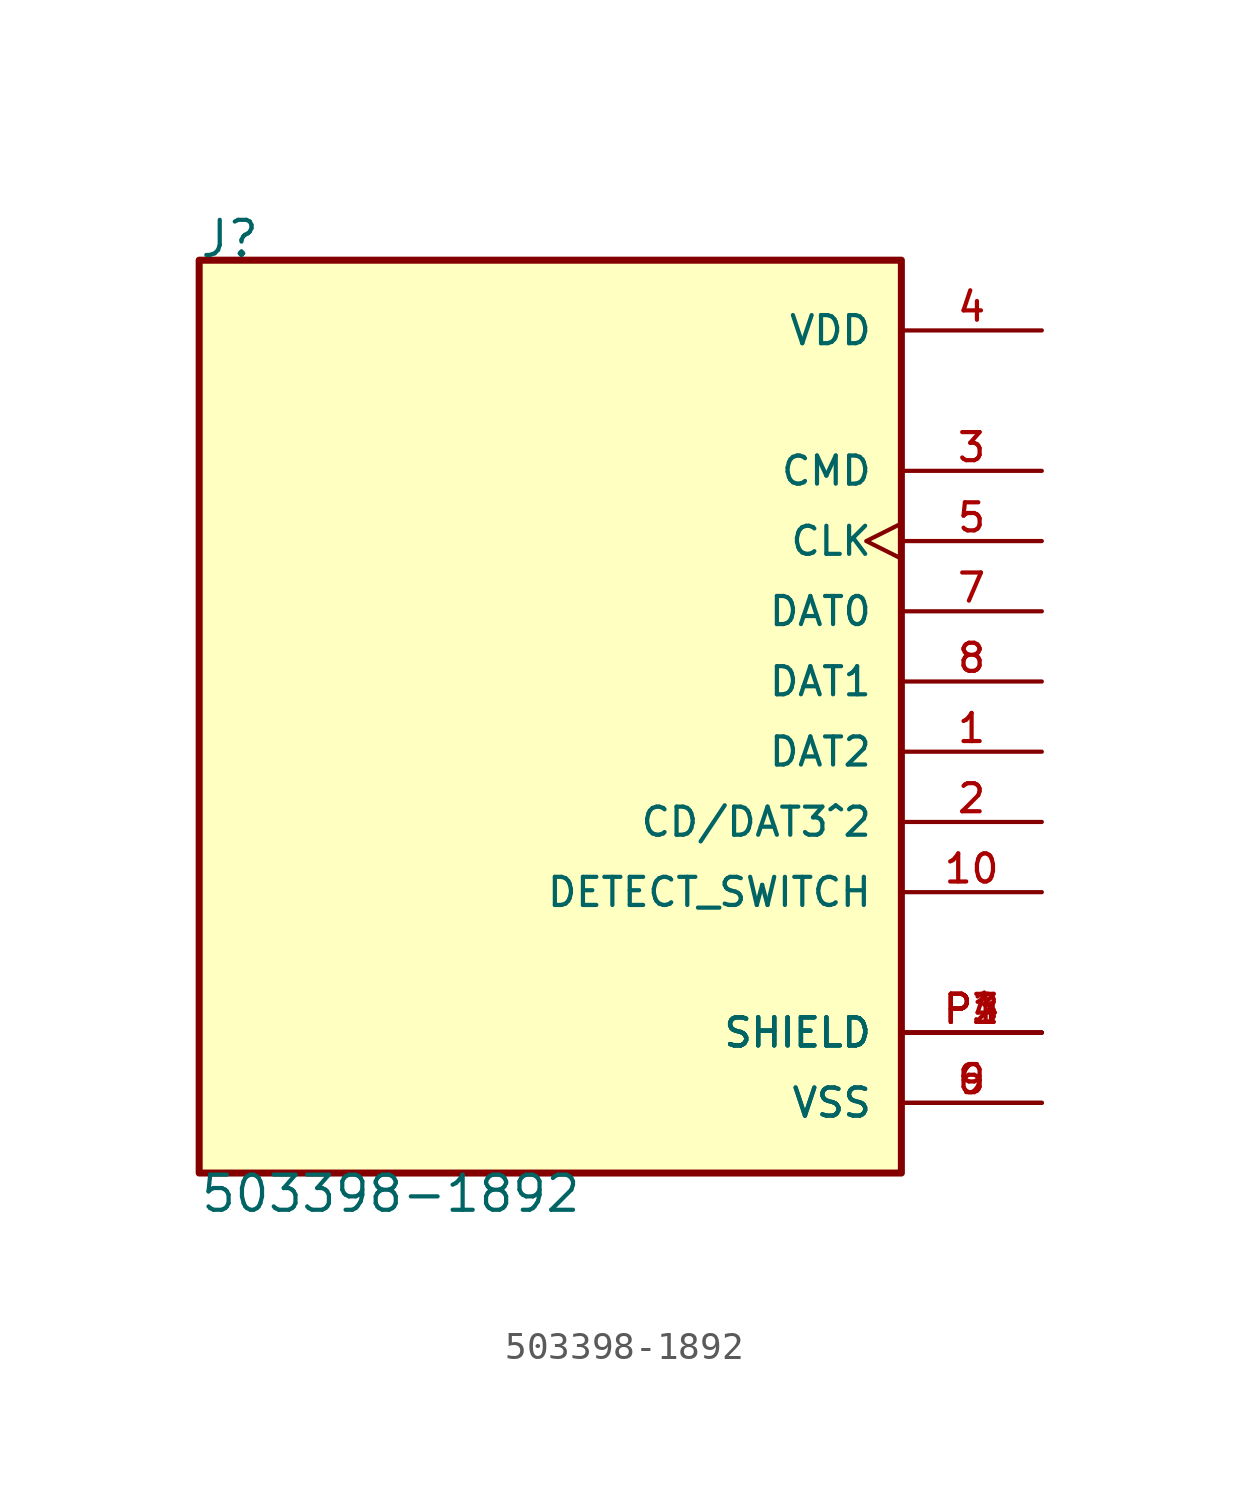
<source format=kicad_sym>
(kicad_symbol_lib
  (version 20231120)
  (generator "kicad_symbol_editor")
  (generator_version "8.0")
  (symbol "503398-1892"
    (pin_names
      (offset 1.016))
    (property "Reference" "J"
      (at -12.722 15.266 0)
      (effects (font (size 1.27 1.27)) (justify left bottom)))
    (property "Value" "503398-1892"
      (at -12.704 -17.786 0)
      (effects (font (size 1.27 1.27)) (justify left top)))
    (symbol "503398-1892_0_0"
      (rectangle (start -12.7 15.24) (end 12.7 -17.78) (stroke (width 0.254) (type default)) (fill (type background)))
      (pin passive line (at 17.78 -2.54 180) (length 5.08) (name "DAT2" (effects (font (size 1.016 1.016)))) (number "1" (effects (font (size 1.016 1.016)))))
      (pin passive line (at 17.78 -7.62 180) (length 5.08) (name "DETECT_SWITCH" (effects (font (size 1.016 1.016)))) (number "10" (effects (font (size 1.016 1.016)))))
      (pin passive line (at 17.78 -5.08 180) (length 5.08) (name "CD/DAT3^2" (effects (font (size 1.016 1.016)))) (number "2" (effects (font (size 1.016 1.016)))))
      (pin passive line (at 17.78 7.62 180) (length 5.08) (name "CMD" (effects (font (size 1.016 1.016)))) (number "3" (effects (font (size 1.016 1.016)))))
      (pin power_in line (at 17.78 12.7 180) (length 5.08) (name "VDD" (effects (font (size 1.016 1.016)))) (number "4" (effects (font (size 1.016 1.016)))))
      (pin passive clock (at 17.78 5.08 180) (length 5.08) (name "CLK" (effects (font (size 1.016 1.016)))) (number "5" (effects (font (size 1.016 1.016)))))
      (pin power_in line (at 17.78 -15.24 180) (length 5.08) (name "VSS" (effects (font (size 1.016 1.016)))) (number "6" (effects (font (size 1.016 1.016)))))
      (pin passive line (at 17.78 2.54 180) (length 5.08) (name "DAT0" (effects (font (size 1.016 1.016)))) (number "7" (effects (font (size 1.016 1.016)))))
      (pin passive line (at 17.78 0 180) (length 5.08) (name "DAT1" (effects (font (size 1.016 1.016)))) (number "8" (effects (font (size 1.016 1.016)))))
      (pin power_in line (at 17.78 -15.24 180) (length 5.08) (name "VSS" (effects (font (size 1.016 1.016)))) (number "9" (effects (font (size 1.016 1.016)))))
      (pin passive line (at 17.78 -12.7 180) (length 5.08) (name "SHIELD" (effects (font (size 1.016 1.016)))) (number "P1" (effects (font (size 1.016 1.016)))))
      (pin passive line (at 17.78 -12.7 180) (length 5.08) (name "SHIELD" (effects (font (size 1.016 1.016)))) (number "P2" (effects (font (size 1.016 1.016)))))
      (pin passive line (at 17.78 -12.7 180) (length 5.08) (name "SHIELD" (effects (font (size 1.016 1.016)))) (number "P3" (effects (font (size 1.016 1.016)))))
      (pin passive line (at 17.78 -12.7 180) (length 5.08) (name "SHIELD" (effects (font (size 1.016 1.016)))) (number "P4" (effects (font (size 1.016 1.016))))))))
</source>
